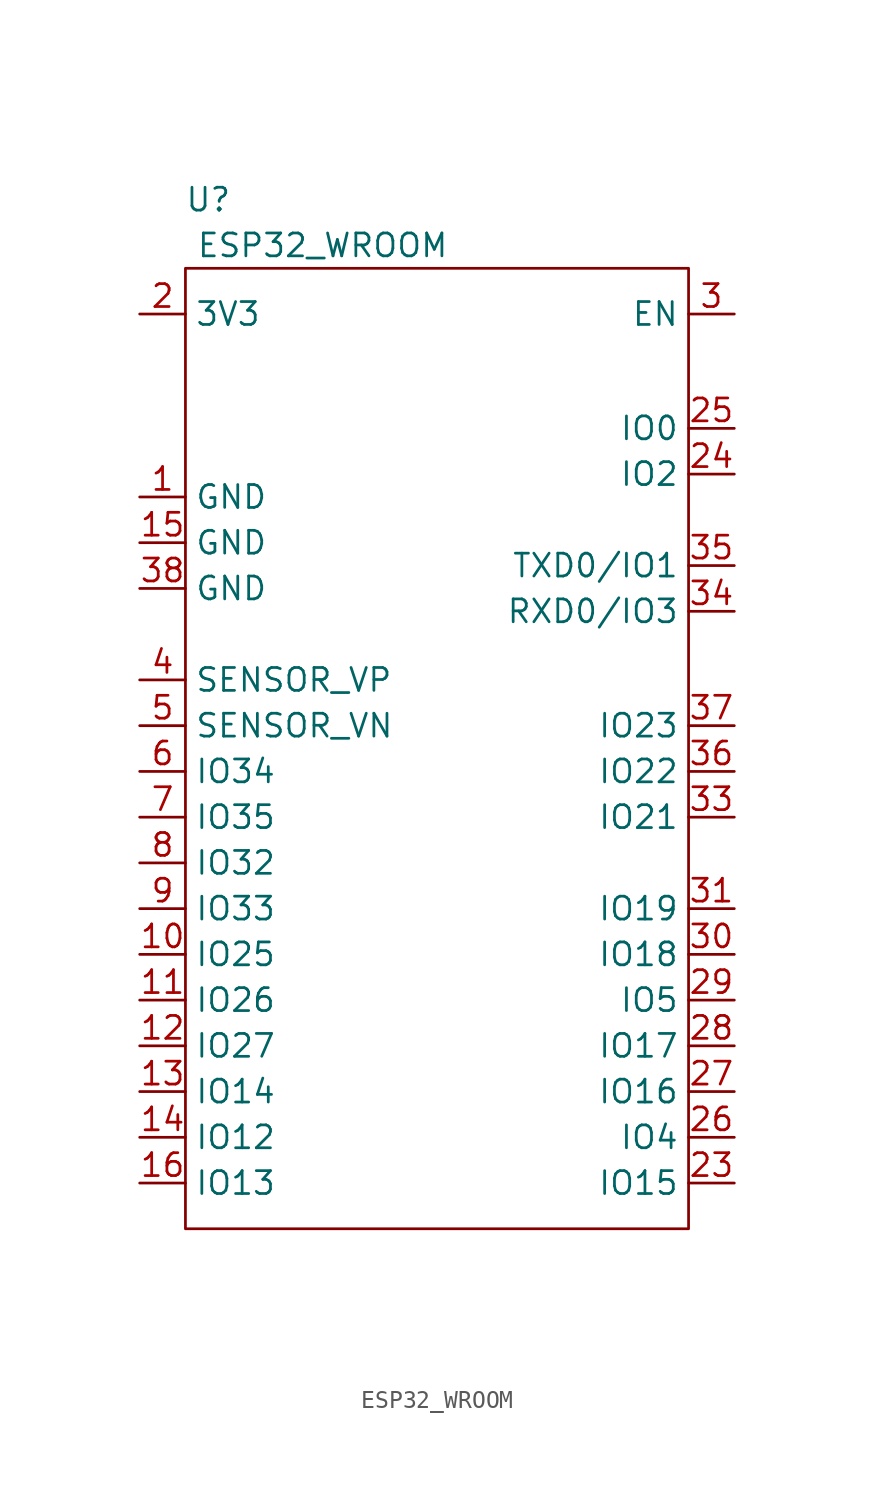
<source format=kicad_sym>
(kicad_symbol_lib
  (version 20211014)
  (generator kicad_symbol_editor)
  (symbol "ESP32_WROOM"
    (property "Reference" "U"
      (at 1.27 3.81 0)
      (effects (font (size 1.27 1.27))))
    (property "Value" "ESP32_WROOM"
      (at 7.62 1.27 0)
      (effects (font (size 1.27 1.27))))
    (symbol "ESP32_WROOM_0_1"
      (rectangle (start 0 0) (end 27.94 -53.34) (stroke (width 0.152) (type default) (color 0 0 0 0)) (fill (type none))))
    (symbol "ESP32_WROOM_1_1"
      (pin power_in line (at -2.54 -12.7 0) (length 2.54) (name "GND" (effects (font (size 1.27 1.27)))) (number "1" (effects (font (size 1.27 1.27)))))
      (pin bidirectional line (at -2.54 -38.1 0) (length 2.54) (name "IO25" (effects (font (size 1.27 1.27)))) (number "10" (effects (font (size 1.27 1.27)))))
      (pin bidirectional line (at -2.54 -40.64 0) (length 2.54) (name "IO26" (effects (font (size 1.27 1.27)))) (number "11" (effects (font (size 1.27 1.27)))))
      (pin bidirectional line (at -2.54 -43.18 0) (length 2.54) (name "IO27" (effects (font (size 1.27 1.27)))) (number "12" (effects (font (size 1.27 1.27)))))
      (pin bidirectional line (at -2.54 -45.72 0) (length 2.54) (name "IO14" (effects (font (size 1.27 1.27)))) (number "13" (effects (font (size 1.27 1.27)))))
      (pin bidirectional line (at -2.54 -48.26 0) (length 2.54) (name "IO12" (effects (font (size 1.27 1.27)))) (number "14" (effects (font (size 1.27 1.27)))))
      (pin power_in line (at -2.54 -15.24 0) (length 2.54) (name "GND" (effects (font (size 1.27 1.27)))) (number "15" (effects (font (size 1.27 1.27)))))
      (pin bidirectional line (at -2.54 -50.8 0) (length 2.54) (name "IO13" (effects (font (size 1.27 1.27)))) (number "16" (effects (font (size 1.27 1.27)))))
      (pin no_connect line (at 7.62 -55.88 90) (length 2.54) hide (name "NC" (effects (font (size 1.27 1.27)))) (number "17" (effects (font (size 1.27 1.27)))))
      (pin no_connect line (at 10.16 -55.88 90) (length 2.54) hide (name "NC" (effects (font (size 1.27 1.27)))) (number "18" (effects (font (size 1.27 1.27)))))
      (pin no_connect line (at 12.7 -55.88 90) (length 2.54) hide (name "NC" (effects (font (size 1.27 1.27)))) (number "19" (effects (font (size 1.27 1.27)))))
      (pin power_in line (at -2.54 -2.54 0) (length 2.54) (name "3V3" (effects (font (size 1.27 1.27)))) (number "2" (effects (font (size 1.27 1.27)))))
      (pin no_connect line (at 15.24 -55.88 90) (length 2.54) hide (name "NC" (effects (font (size 1.27 1.27)))) (number "20" (effects (font (size 1.27 1.27)))))
      (pin no_connect line (at 17.78 -55.88 90) (length 2.54) hide (name "NC" (effects (font (size 1.27 1.27)))) (number "21" (effects (font (size 1.27 1.27)))))
      (pin no_connect line (at 20.32 -55.88 90) (length 2.54) hide (name "NC" (effects (font (size 1.27 1.27)))) (number "22" (effects (font (size 1.27 1.27)))))
      (pin bidirectional line (at 30.48 -50.8 180) (length 2.54) (name "IO15" (effects (font (size 1.27 1.27)))) (number "23" (effects (font (size 1.27 1.27)))))
      (pin bidirectional line (at 30.48 -11.43 180) (length 2.54) (name "IO2" (effects (font (size 1.27 1.27)))) (number "24" (effects (font (size 1.27 1.27)))))
      (pin bidirectional line (at 30.48 -8.89 180) (length 2.54) (name "IO0" (effects (font (size 1.27 1.27)))) (number "25" (effects (font (size 1.27 1.27)))))
      (pin bidirectional line (at 30.48 -48.26 180) (length 2.54) (name "IO4" (effects (font (size 1.27 1.27)))) (number "26" (effects (font (size 1.27 1.27)))))
      (pin bidirectional line (at 30.48 -45.72 180) (length 2.54) (name "IO16" (effects (font (size 1.27 1.27)))) (number "27" (effects (font (size 1.27 1.27)))))
      (pin bidirectional line (at 30.48 -43.18 180) (length 2.54) (name "IO17" (effects (font (size 1.27 1.27)))) (number "28" (effects (font (size 1.27 1.27)))))
      (pin bidirectional line (at 30.48 -40.64 180) (length 2.54) (name "IO5" (effects (font (size 1.27 1.27)))) (number "29" (effects (font (size 1.27 1.27)))))
      (pin input line (at 30.48 -2.54 180) (length 2.54) (name "EN" (effects (font (size 1.27 1.27)))) (number "3" (effects (font (size 1.27 1.27)))))
      (pin bidirectional line (at 30.48 -38.1 180) (length 2.54) (name "IO18" (effects (font (size 1.27 1.27)))) (number "30" (effects (font (size 1.27 1.27)))))
      (pin bidirectional line (at 30.48 -35.56 180) (length 2.54) (name "IO19" (effects (font (size 1.27 1.27)))) (number "31" (effects (font (size 1.27 1.27)))))
      (pin no_connect line (at 30.48 -33.02 180) (length 2.54) hide (name "NC" (effects (font (size 1.27 1.27)))) (number "32" (effects (font (size 1.27 1.27)))))
      (pin bidirectional line (at 30.48 -30.48 180) (length 2.54) (name "IO21" (effects (font (size 1.27 1.27)))) (number "33" (effects (font (size 1.27 1.27)))))
      (pin bidirectional line (at 30.48 -19.05 180) (length 2.54) (name "RXD0/IO3" (effects (font (size 1.27 1.27)))) (number "34" (effects (font (size 1.27 1.27)))))
      (pin bidirectional line (at 30.48 -16.51 180) (length 2.54) (name "TXD0/IO1" (effects (font (size 1.27 1.27)))) (number "35" (effects (font (size 1.27 1.27)))))
      (pin bidirectional line (at 30.48 -27.94 180) (length 2.54) (name "IO22" (effects (font (size 1.27 1.27)))) (number "36" (effects (font (size 1.27 1.27)))))
      (pin bidirectional line (at 30.48 -25.4 180) (length 2.54) (name "IO23" (effects (font (size 1.27 1.27)))) (number "37" (effects (font (size 1.27 1.27)))))
      (pin power_in line (at -2.54 -17.78 0) (length 2.54) (name "GND" (effects (font (size 1.27 1.27)))) (number "38" (effects (font (size 1.27 1.27)))))
      (pin passive line (at -2.54 -15.24 0) (length 2.54) hide (name "EPAD" (effects (font (size 1.27 1.27)))) (number "39" (effects (font (size 1.27 1.27)))))
      (pin input line (at -2.54 -22.86 0) (length 2.54) (name "SENSOR_VP" (effects (font (size 1.27 1.27)))) (number "4" (effects (font (size 1.27 1.27)))))
      (pin input line (at -2.54 -25.4 0) (length 2.54) (name "SENSOR_VN" (effects (font (size 1.27 1.27)))) (number "5" (effects (font (size 1.27 1.27)))))
      (pin bidirectional line (at -2.54 -27.94 0) (length 2.54) (name "IO34" (effects (font (size 1.27 1.27)))) (number "6" (effects (font (size 1.27 1.27)))))
      (pin bidirectional line (at -2.54 -30.48 0) (length 2.54) (name "IO35" (effects (font (size 1.27 1.27)))) (number "7" (effects (font (size 1.27 1.27)))))
      (pin bidirectional line (at -2.54 -33.02 0) (length 2.54) (name "IO32" (effects (font (size 1.27 1.27)))) (number "8" (effects (font (size 1.27 1.27)))))
      (pin bidirectional line (at -2.54 -35.56 0) (length 2.54) (name "IO33" (effects (font (size 1.27 1.27)))) (number "9" (effects (font (size 1.27 1.27))))))))
</source>
